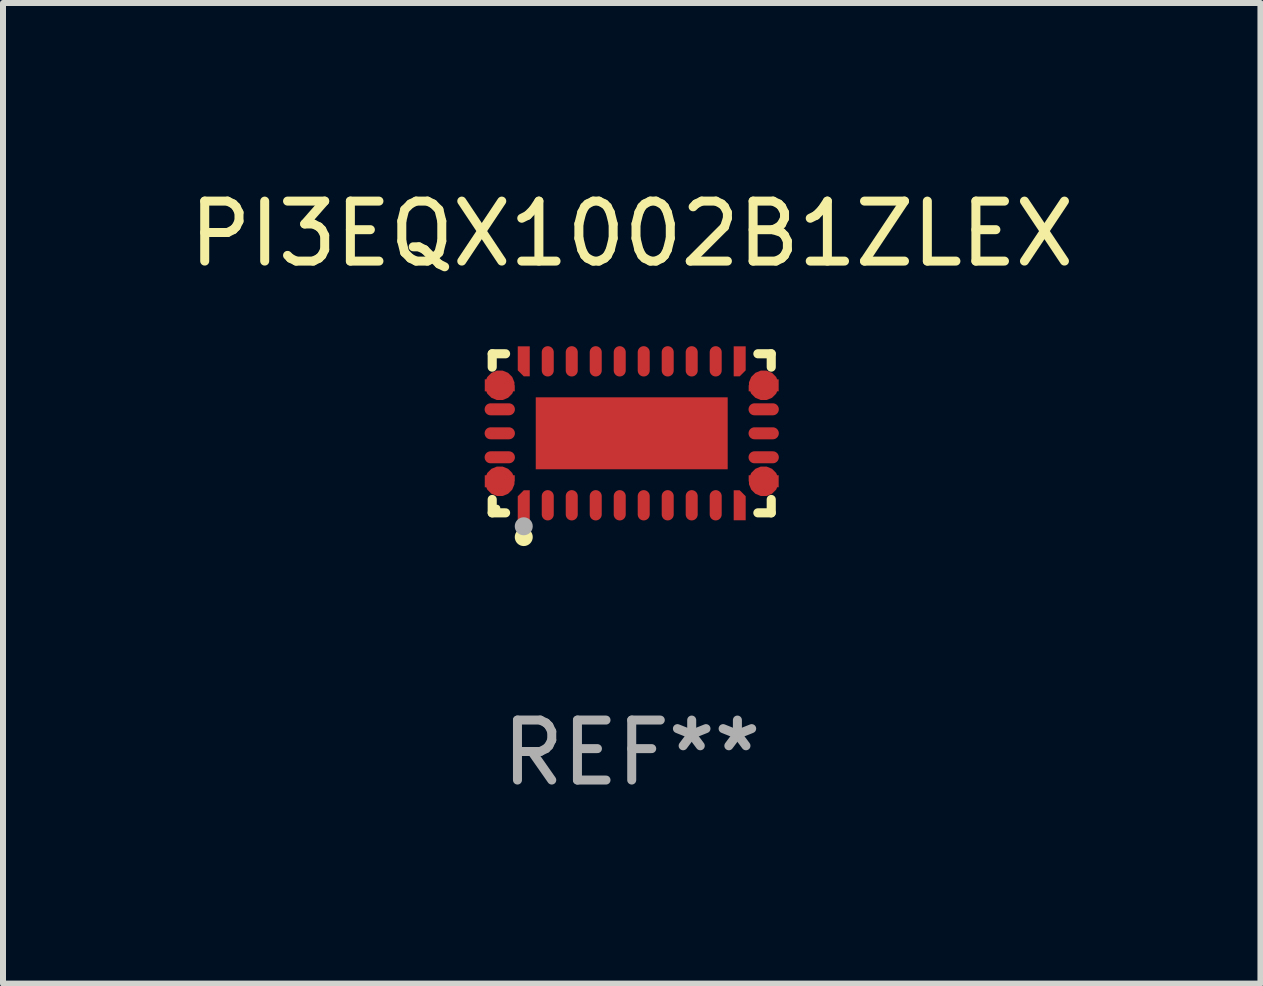
<source format=kicad_pcb>
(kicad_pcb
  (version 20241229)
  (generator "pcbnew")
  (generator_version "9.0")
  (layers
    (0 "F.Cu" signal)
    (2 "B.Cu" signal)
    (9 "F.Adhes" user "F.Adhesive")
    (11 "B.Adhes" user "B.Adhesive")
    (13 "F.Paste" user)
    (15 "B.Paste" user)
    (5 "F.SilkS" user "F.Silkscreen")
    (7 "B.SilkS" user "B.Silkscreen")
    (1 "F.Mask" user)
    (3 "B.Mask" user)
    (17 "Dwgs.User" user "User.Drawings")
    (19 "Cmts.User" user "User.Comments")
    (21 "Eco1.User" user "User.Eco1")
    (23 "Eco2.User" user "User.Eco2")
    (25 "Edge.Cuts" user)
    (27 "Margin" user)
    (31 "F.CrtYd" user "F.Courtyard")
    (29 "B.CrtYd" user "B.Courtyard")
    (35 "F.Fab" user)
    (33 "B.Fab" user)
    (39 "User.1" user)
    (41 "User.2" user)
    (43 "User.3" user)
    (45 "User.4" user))
  (footprint "PI3EQX1002B1ZLEX"
    (layer "F.Cu")
    (at 7.482 4.174)
    (property "Reference" "PI3EQX1002B1ZLEX" (at 0 -3.326 0) (layer "F.SilkS") (effects (font (size 1 1) (thickness 0.15))))
    (attr through_hole)
    (fp_line (start -2.326 -1.326) (end -2.103 -1.326) (stroke (width 0.152) (type solid)) (layer "F.SilkS"))
    (fp_line (start -2.326 -1.103) (end -2.326 -1.326) (stroke (width 0.152) (type solid)) (layer "F.SilkS"))
    (fp_line (start -2.326 1.103) (end -2.326 1.326) (stroke (width 0.152) (type solid)) (layer "F.SilkS"))
    (fp_line (start -2.326 1.326) (end -2.103 1.326) (stroke (width 0.152) (type solid)) (layer "F.SilkS"))
    (fp_line (start 2.326 -1.326) (end 2.103 -1.326) (stroke (width 0.152) (type solid)) (layer "F.SilkS"))
    (fp_line (start 2.326 -1.103) (end 2.326 -1.326) (stroke (width 0.152) (type solid)) (layer "F.SilkS"))
    (fp_line (start 2.326 1.103) (end 2.326 1.326) (stroke (width 0.152) (type solid)) (layer "F.SilkS"))
    (fp_line (start 2.326 1.326) (end 2.103 1.326) (stroke (width 0.152) (type solid)) (layer "F.SilkS"))
    (fp_circle (center -2.25 1.25) (end -2.22 1.25) (stroke (width 0.06) (type solid)) (fill no) (layer "F.SilkS"))
    (fp_circle (center -1.8 1.73) (end -1.725 1.73) (stroke (width 0.15) (type solid)) (fill no) (layer "F.SilkS"))
    (fp_circle (center -1.8 1.55) (end -1.725 1.55) (stroke (width 0.15) (type solid)) (fill no) (layer "F.Fab"))
    (fp_text user "REF**" (at 0 5.326 0) (layer "F.Fab") (effects (font (size 1 1) (thickness 0.15))))
    (pad "1" smd custom (at -1.8 1.2) (size 0.2 0.5) (layers "F.Cu" "F.Mask" "F.Paste") (options (anchor circle)) (primitives (gr_poly (pts (xy -0.1 0.25) (xy 0.1 0.25) (xy 0.1 -0.25) (xy 0.1 -0.25) (xy -0.000051 -0.25) (xy -0.1 -0.15)) (width 0) (fill yes))))
    (pad "2" smd oval (at -1.4 1.2) (size 0.2 0.505) (layers "F.Cu" "F.Mask" "F.Paste"))
    (pad "3" smd oval (at -1 1.2) (size 0.2 0.505) (layers "F.Cu" "F.Mask" "F.Paste"))
    (pad "4" smd oval (at -0.6 1.2) (size 0.2 0.505) (layers "F.Cu" "F.Mask" "F.Paste"))
    (pad "5" smd oval (at -0.2 1.2) (size 0.2 0.505) (layers "F.Cu" "F.Mask" "F.Paste"))
    (pad "6" smd oval (at 0.2 1.2) (size 0.2 0.505) (layers "F.Cu" "F.Mask" "F.Paste"))
    (pad "7" smd oval (at 0.6 1.2) (size 0.2 0.505) (layers "F.Cu" "F.Mask" "F.Paste"))
    (pad "8" smd oval (at 1 1.2) (size 0.2 0.505) (layers "F.Cu" "F.Mask" "F.Paste"))
    (pad "9" smd oval (at 1.4 1.2) (size 0.2 0.505) (layers "F.Cu" "F.Mask" "F.Paste"))
    (pad "10" smd custom (at 1.8 1.2) (size 0.2 0.5) (layers "F.Cu" "F.Mask" "F.Paste") (options (anchor circle)) (primitives (gr_poly (pts (xy 0.1 0.25) (xy -0.1 0.25) (xy -0.1 -0.25) (xy -0.1 -0.25) (xy 0 -0.25) (xy 0.1 -0.15)) (width 0) (fill yes))))
    (pad "11" smd custom (at 2.2 0.8) (size 0.5 0.2) (layers "F.Cu" "F.Mask" "F.Paste") (options (anchor circle)) (primitives (gr_poly (pts (xy 0.25 0.1) (xy 0.25 -0.1) (xy -0.25 -0.1) (xy -0.25 -0.1) (xy -0.25 0.000051) (xy -0.15 0.1)) (width 0) (fill yes))))
    (pad "12" smd oval (at 2.2 0.4) (size 0.505 0.2) (layers "F.Cu" "F.Mask" "F.Paste"))
    (pad "13" smd oval (at 2.2 0) (size 0.505 0.2) (layers "F.Cu" "F.Mask" "F.Paste"))
    (pad "14" smd oval (at 2.2 -0.4) (size 0.505 0.2) (layers "F.Cu" "F.Mask" "F.Paste"))
    (pad "15" smd custom (at 2.2 -0.8) (size 0.5 0.2) (layers "F.Cu" "F.Mask" "F.Paste") (options (anchor circle)) (primitives (gr_poly (pts (xy 0.25 -0.1) (xy 0.25 0.1) (xy -0.25 0.1) (xy -0.25 0.1) (xy -0.25 -0.000051) (xy -0.15 -0.1)) (width 0) (fill yes))))
    (pad "16" smd custom (at 1.8 -1.2) (size 0.2 0.5) (layers "F.Cu" "F.Mask" "F.Paste") (options (anchor circle)) (primitives (gr_poly (pts (xy 0.1 -0.25) (xy -0.1 -0.25) (xy -0.1 0.25) (xy -0.1 0.25) (xy 0.000051 0.25) (xy 0.1 0.15)) (width 0) (fill yes))))
    (pad "17" smd oval (at 1.4 -1.2) (size 0.2 0.505) (layers "F.Cu" "F.Mask" "F.Paste"))
    (pad "18" smd oval (at 1 -1.2) (size 0.2 0.505) (layers "F.Cu" "F.Mask" "F.Paste"))
    (pad "19" smd oval (at 0.6 -1.2) (size 0.2 0.505) (layers "F.Cu" "F.Mask" "F.Paste"))
    (pad "20" smd oval (at 0.2 -1.2) (size 0.2 0.505) (layers "F.Cu" "F.Mask" "F.Paste"))
    (pad "21" smd oval (at -0.2 -1.2) (size 0.2 0.505) (layers "F.Cu" "F.Mask" "F.Paste"))
    (pad "22" smd oval (at -0.6 -1.2) (size 0.2 0.505) (layers "F.Cu" "F.Mask" "F.Paste"))
    (pad "23" smd oval (at -1 -1.2) (size 0.2 0.505) (layers "F.Cu" "F.Mask" "F.Paste"))
    (pad "24" smd oval (at -1.4 -1.2) (size 0.2 0.505) (layers "F.Cu" "F.Mask" "F.Paste"))
    (pad "25" smd custom (at -1.8 -1.2) (size 0.2 0.5) (layers "F.Cu" "F.Mask" "F.Paste") (options (anchor circle)) (primitives (gr_poly (pts (xy -0.1 -0.25) (xy 0.1 -0.25) (xy 0.1 0.25) (xy 0.1 0.25) (xy -0.000051 0.25) (xy -0.1 0.15)) (width 0) (fill yes))))
    (pad "26" smd custom (at -2.2 -0.8) (size 0.5 0.2) (layers "F.Cu" "F.Mask" "F.Paste") (options (anchor circle)) (primitives (gr_poly (pts (xy -0.25 -0.1) (xy -0.25 0.1) (xy 0.25 0.1) (xy 0.25 0.1) (xy 0.25 0.000051) (xy 0.15 -0.1)) (width 0) (fill yes))))
    (pad "27" smd oval (at -2.2 -0.4) (size 0.505 0.2) (layers "F.Cu" "F.Mask" "F.Paste"))
    (pad "28" smd oval (at -2.2 0) (size 0.505 0.2) (layers "F.Cu" "F.Mask" "F.Paste"))
    (pad "29" smd oval (at -2.2 0.4) (size 0.505 0.2) (layers "F.Cu" "F.Mask" "F.Paste"))
    (pad "30" smd custom (at -2.2 0.8) (size 0.5 0.2) (layers "F.Cu" "F.Mask" "F.Paste") (options (anchor circle)) (primitives (gr_poly (pts (xy -0.25 0.1) (xy -0.25 -0.1) (xy 0.25 -0.1) (xy 0.25 -0.1) (xy 0.25 0.000076) (xy 0.15 0.1)) (width 0) (fill yes))))
    (pad "31" smd rect (at 0 0) (size 3.2 1.2) (layers "F.Cu" "F.Mask" "F.Paste")))
  (gr_rect
    (start -3 -3)
    (end 17.964 13.349)
    (stroke (width 0.1) (type default))
    (fill no)
    (layer "Edge.Cuts")))
</source>
